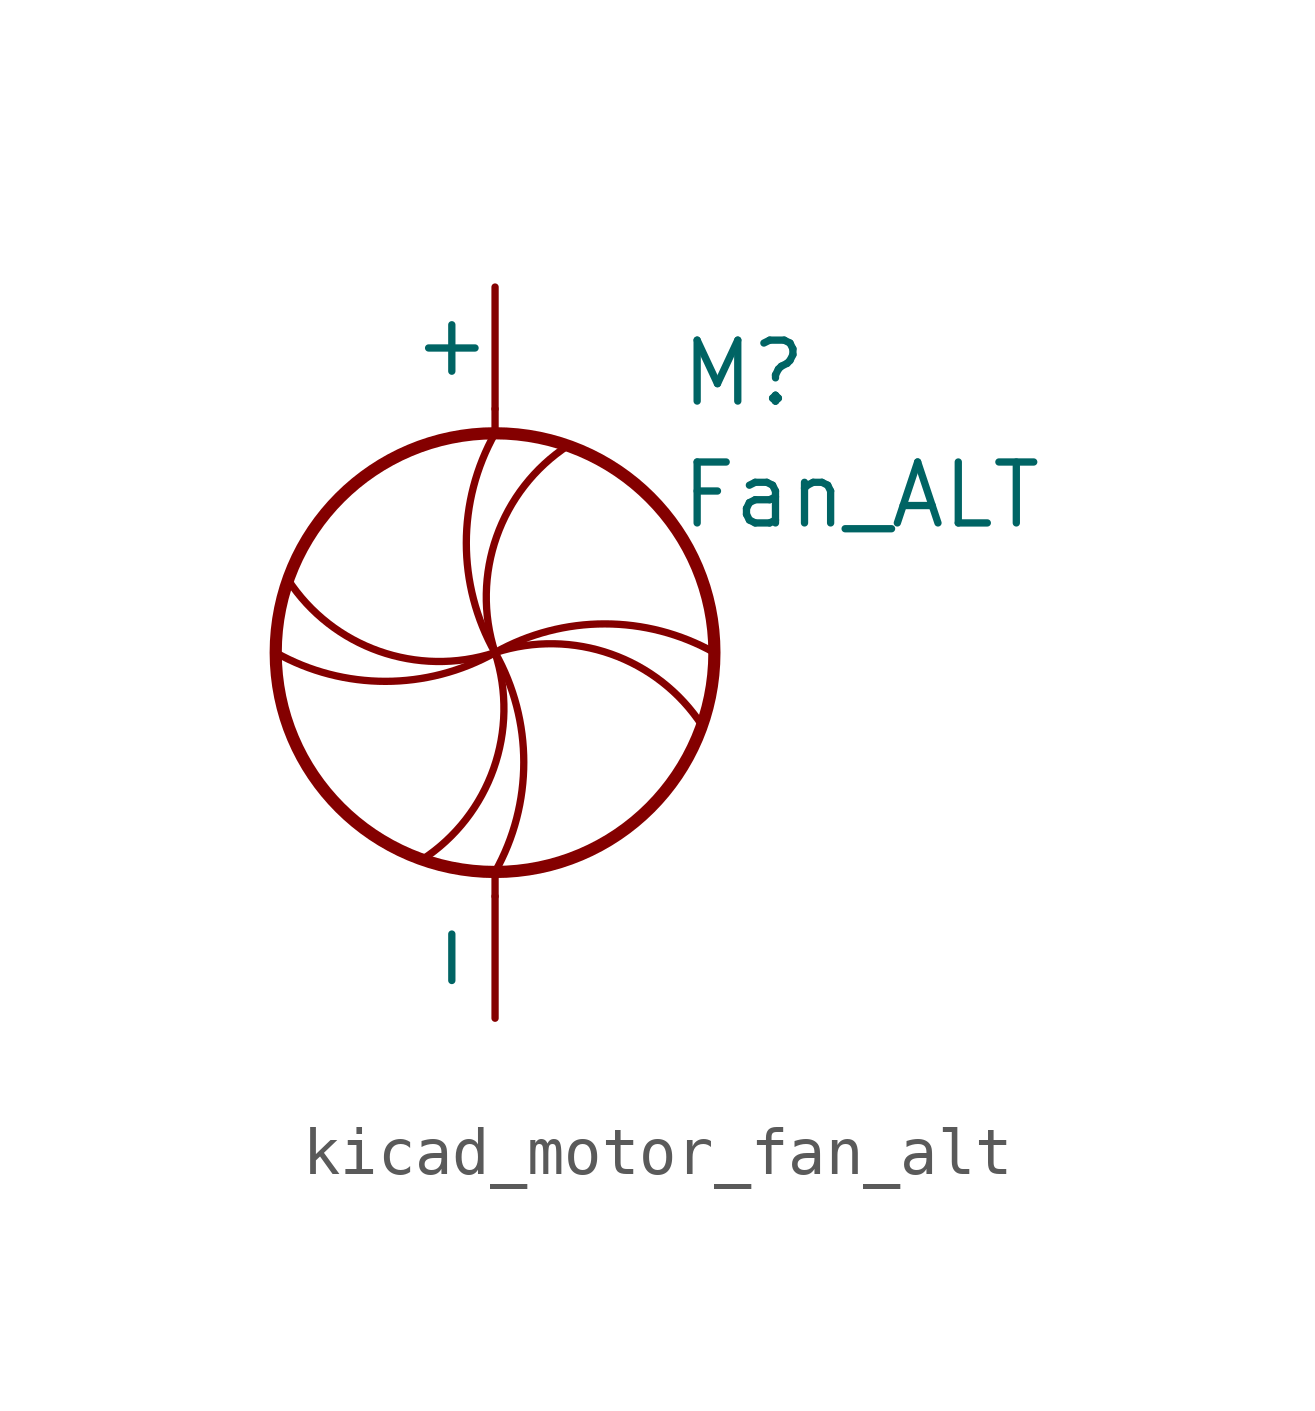
<source format=kicad_sym>
(kicad_symbol_lib
  (version 20220914)
  (generator kicad_symbol_editor)
  (symbol "kicad_motor_fan_alt"
    (pin_numbers hide)
    (pin_names
      (offset 0))
    (property "Reference" "M"
      (at 3.81 5.08 0)
      (effects (font (size 1.27 1.27)) (justify left bottom)))
    (property "Value" "Fan_ALT"
      (at 3.81 2.54 0)
      (effects (font (size 1.27 1.27)) (justify left bottom)))
    (symbol "kicad_motor_fan_alt_0_1"
      (arc (start -4.572 0) (mid -2.286 -0.5988) (end 0 0) (stroke (width 0) (type default)) (fill (type none)))
      (arc (start -4.318 1.524) (mid -2.4153 0.0291) (end 0 0) (stroke (width 0) (type default)) (fill (type none)))
      (arc (start -1.524 -4.318) (mid -0.0291 -2.4153) (end 0 0) (stroke (width 0) (type default)) (fill (type none)))
      (arc (start 0 -4.572) (mid 0.5988 -2.286) (end 0 0) (stroke (width 0) (type default)) (fill (type none)))
      (polyline (pts (xy 0 -5.08) (xy 0 -4.572)) (stroke (width 0) (type default)) (fill (type none)))
      (polyline (pts (xy 0 4.572) (xy 0 5.08)) (stroke (width 0) (type default)) (fill (type none)))
      (circle (center 0 0) (radius 4.572) (stroke (width 0.254) (type default)) (fill (type none)))
      (arc (start 0 4.572) (mid -0.5988 2.286) (end 0 0) (stroke (width 0) (type default)) (fill (type none)))
      (arc (start 1.524 4.318) (mid 0.0291 2.4153) (end 0 0) (stroke (width 0) (type default)) (fill (type none)))
      (arc (start 4.318 -1.524) (mid 2.4153 -0.0291) (end 0 0) (stroke (width 0) (type default)) (fill (type none)))
      (arc (start 4.572 0) (mid 2.286 0.5988) (end 0 0) (stroke (width 0) (type default)) (fill (type none))))
    (symbol "kicad_motor_fan_alt_1_1"
      (pin passive line (at 0 7.62 270) (length 2.54) (name "+" (effects (font (size 1.27 1.27)))) (number "1" (effects (font (size 1.27 1.27)))))
      (pin passive line (at 0 -7.62 90) (length 2.54) (name "-" (effects (font (size 1.27 1.27)))) (number "2" (effects (font (size 1.27 1.27))))))))
</source>
